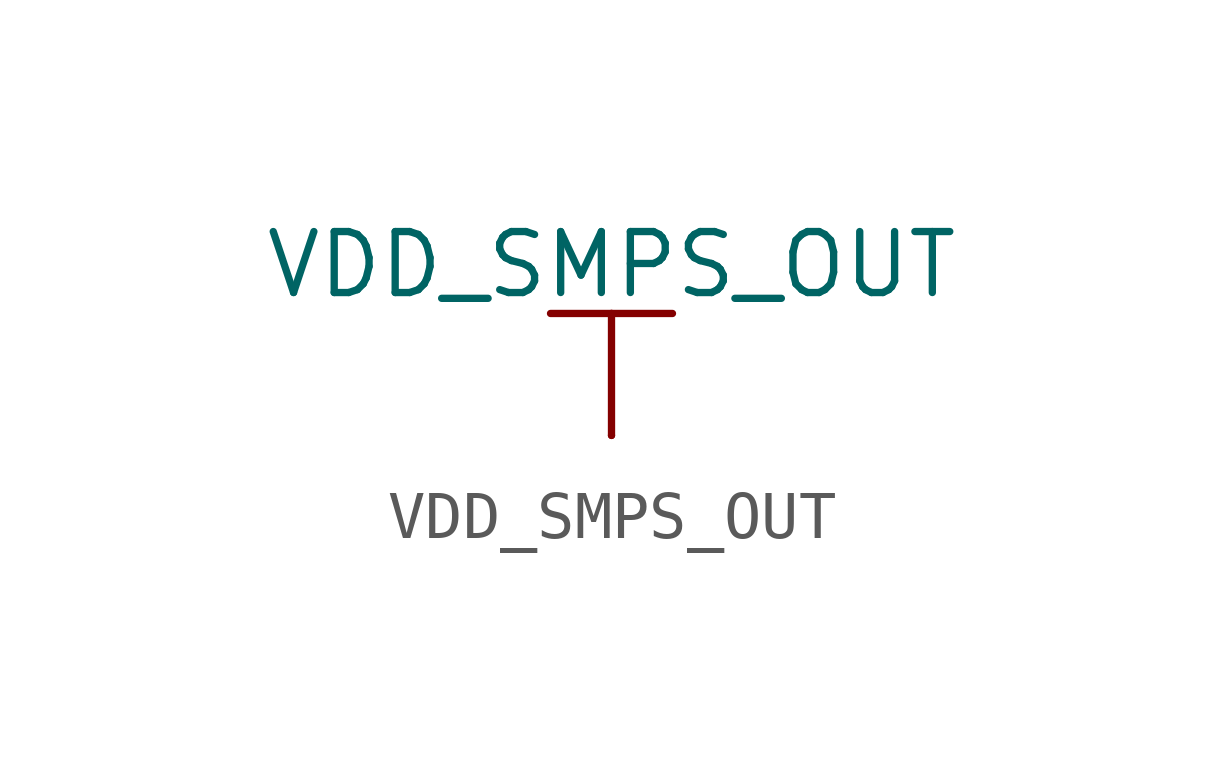
<source format=kicad_sym>
(kicad_symbol_lib
  (version 20241209)
  (generator "kicad_symbol_editor")
  (generator_version "9.0")
  (symbol "VDD_SMPS_OUT"
    (power)
    (pin_numbers
      (hide yes))
    (pin_names
      (offset 0)
      (hide yes))
    (property "Reference" "#PWR"
      (at 0 0 0)
      (effects (font (size 1.27 1.27)) (hide yes)))
    (property "Value" "VDD_SMPS_OUT"
      (at 0 3.556 0)
      (do_not_autoplace)
      (effects (font (size 1.27 1.27))))
    (symbol "VDD_SMPS_OUT_0_1"
      (polyline (pts (xy -1.27 2.54) (xy 0 2.54)) (stroke (width 0) (type default)) (fill (type none)))
      (polyline (pts (xy 0 2.54) (xy 1.27 2.54)) (stroke (width 0) (type default)) (fill (type none)))
      (polyline (pts (xy 0 0) (xy 0 2.54)) (stroke (width 0) (type default)) (fill (type none))))
    (symbol "VDD_SMPS_OUT_1_1"
      (pin power_in line (at 0 0 90) (length 0) (name "~" (effects (font (size 1.27 1.27)))) (number "1" (effects (font (size 1.27 1.27))))))))
</source>
